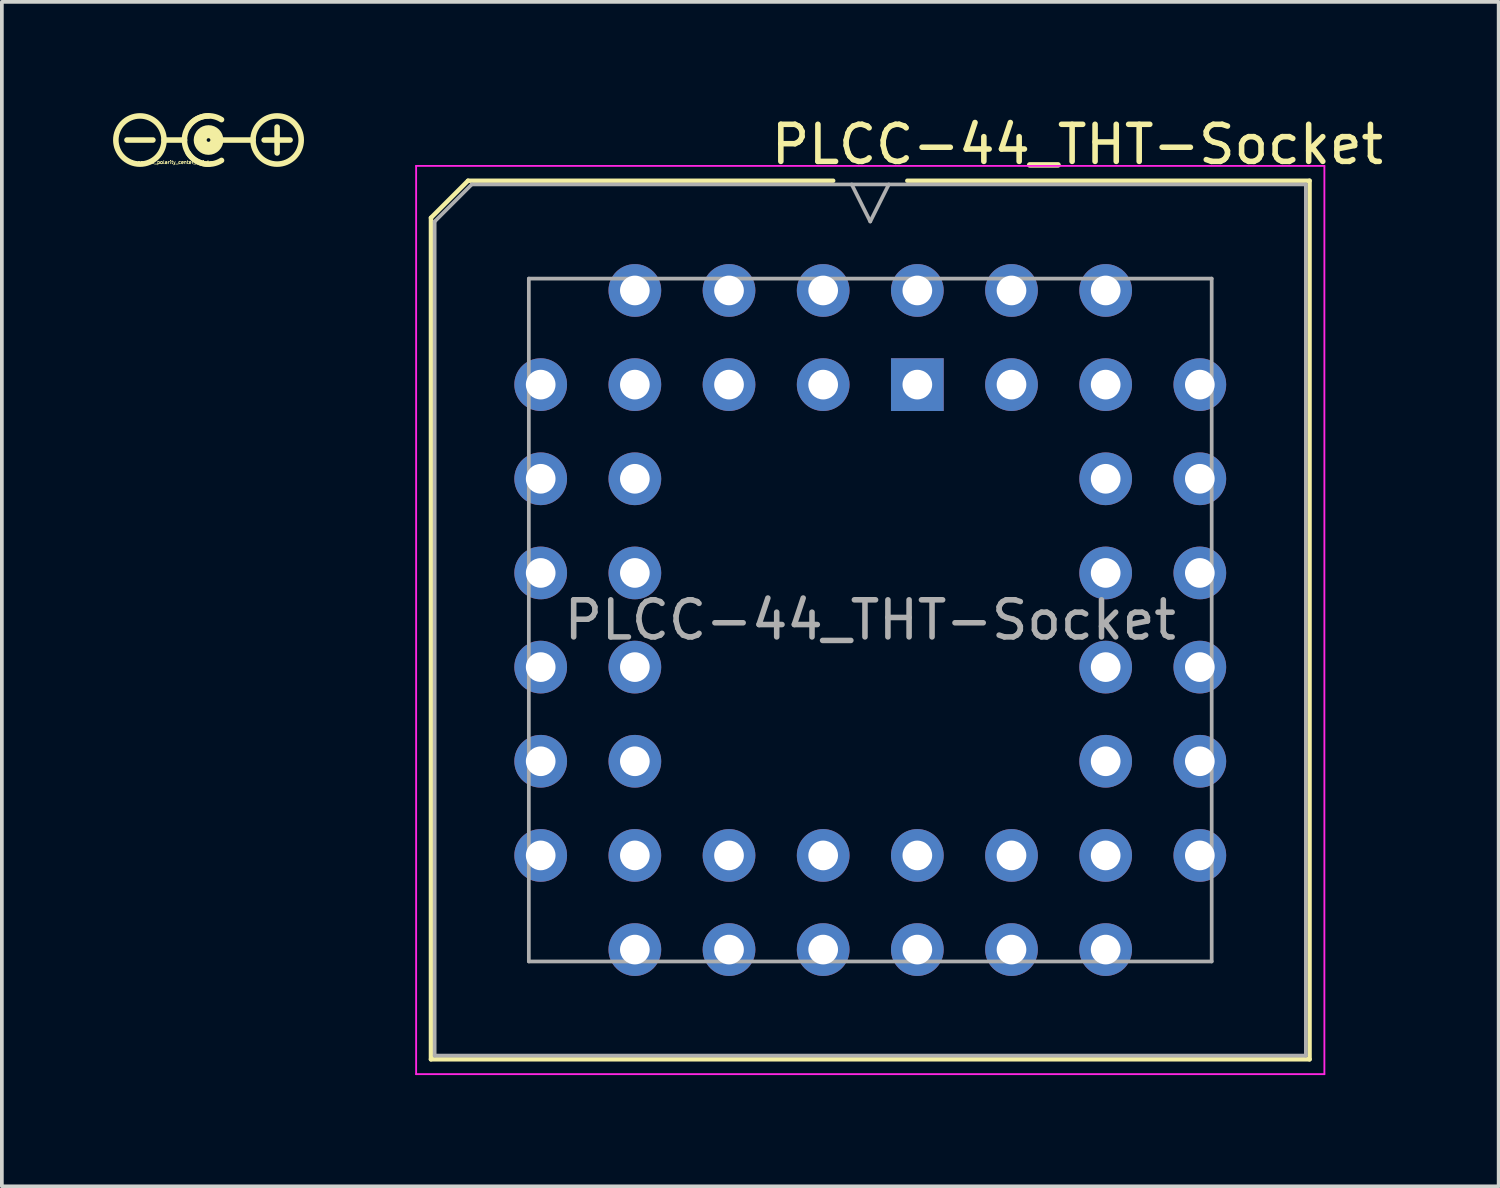
<source format=kicad_pcb>
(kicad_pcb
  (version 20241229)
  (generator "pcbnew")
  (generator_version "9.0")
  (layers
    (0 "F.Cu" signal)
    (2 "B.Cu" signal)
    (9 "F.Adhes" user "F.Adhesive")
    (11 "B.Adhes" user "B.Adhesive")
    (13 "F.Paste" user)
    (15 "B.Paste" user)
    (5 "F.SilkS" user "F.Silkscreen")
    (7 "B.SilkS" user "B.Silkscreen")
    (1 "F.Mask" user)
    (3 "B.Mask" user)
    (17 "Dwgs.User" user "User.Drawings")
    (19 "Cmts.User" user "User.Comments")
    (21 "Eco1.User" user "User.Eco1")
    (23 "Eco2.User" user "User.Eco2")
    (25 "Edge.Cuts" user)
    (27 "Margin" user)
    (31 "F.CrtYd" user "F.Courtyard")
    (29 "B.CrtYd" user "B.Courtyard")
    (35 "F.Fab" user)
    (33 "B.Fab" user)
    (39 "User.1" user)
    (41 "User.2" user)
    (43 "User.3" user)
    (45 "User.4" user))
  (footprint "Logo_silk_polarity_center_5x1.4mm"
    (layer "F.Cu")
    (at 2.575 0.727)
    (property "Reference" "Logo_silk_polarity_center_5x1.4mm" (at -0.9 0.6 180) (layer "F.SilkS") (effects (font (size 0.089 0.089) (thickness 0.018))))
    (attr through_hole)
    (fp_line (start -2.2 0) (end -1.5 0) (stroke (width 0.15) (type solid)) (layer "F.SilkS"))
    (fp_line (start -0.65 0) (end -1.2 0) (stroke (width 0.15) (type solid)) (layer "F.SilkS"))
    (fp_line (start 1.2 0) (end 0.3 0) (stroke (width 0.15) (type solid)) (layer "F.SilkS"))
    (fp_line (start 1.5 0) (end 2.2 0) (stroke (width 0.15) (type solid)) (layer "F.SilkS"))
    (fp_line (start 1.85 0.35) (end 1.85 -0.35) (stroke (width 0.15) (type solid)) (layer "F.SilkS"))
    (fp_arc (start -0.65 0) (mid -0.459619 -0.459619) (end 0 -0.65) (stroke (width 0.15) (type solid)) (layer "F.SilkS"))
    (fp_arc (start -0.55 -0.35) (mid -0.141421 -0.636396) (end 0.35 -0.55) (stroke (width 0.15) (type solid)) (layer "F.SilkS"))
    (fp_arc (start 0 0.65) (mid -0.459619 0.459619) (end -0.65 0) (stroke (width 0.15) (type solid)) (layer "F.SilkS"))
    (fp_arc (start 0.35 0.55) (mid -0.141421 0.636396) (end -0.55 0.35) (stroke (width 0.15) (type solid)) (layer "F.SilkS"))
    (fp_circle (center -1.85 0) (end -1.2 0) (stroke (width 0.15) (type solid)) (fill no) (layer "F.SilkS"))
    (fp_circle (center 0 0) (end -0.2 0) (stroke (width 0.3) (type solid)) (fill no) (layer "F.SilkS"))
    (fp_circle (center 0 0) (end -0.1 0) (stroke (width 0.3) (type solid)) (fill no) (layer "F.SilkS"))
    (fp_circle (center 1.85 0) (end 2.5 0) (stroke (width 0.15) (type solid)) (fill no) (layer "F.SilkS")))
  (footprint "PLCC-44_THT-Socket"
    (layer "F.Cu")
    (at 21.695 7.325)
    (property "Reference" "PLCC-44_THT-Socket" (at 4.318 -6.477 0) (layer "F.SilkS") (effects (font (size 1 1) (thickness 0.15))))
    (attr through_hole)
    (fp_line (start -13.12 -4.5) (end -13.12 18.2) (stroke (width 0.12) (type solid)) (layer "F.SilkS"))
    (fp_line (start -13.12 18.2) (end 10.58 18.2) (stroke (width 0.12) (type solid)) (layer "F.SilkS"))
    (fp_line (start -12.12 -5.5) (end -13.12 -4.5) (stroke (width 0.12) (type solid)) (layer "F.SilkS"))
    (fp_line (start -2.27 -5.5) (end -12.12 -5.5) (stroke (width 0.12) (type solid)) (layer "F.SilkS"))
    (fp_line (start 10.58 -5.5) (end -0.27 -5.5) (stroke (width 0.12) (type solid)) (layer "F.SilkS"))
    (fp_line (start 10.58 18.2) (end 10.58 -5.5) (stroke (width 0.12) (type solid)) (layer "F.SilkS"))
    (fp_line (start -13.52 -5.9) (end -13.52 18.6) (stroke (width 0.05) (type solid)) (layer "F.CrtYd"))
    (fp_line (start -13.52 18.6) (end 10.98 18.6) (stroke (width 0.05) (type solid)) (layer "F.CrtYd"))
    (fp_line (start 10.98 -5.9) (end -13.52 -5.9) (stroke (width 0.05) (type solid)) (layer "F.CrtYd"))
    (fp_line (start 10.98 18.6) (end 10.98 -5.9) (stroke (width 0.05) (type solid)) (layer "F.CrtYd"))
    (fp_line (start -13.02 -4.4) (end -13.02 18.1) (stroke (width 0.1) (type solid)) (layer "F.Fab"))
    (fp_line (start -13.02 18.1) (end 10.48 18.1) (stroke (width 0.1) (type solid)) (layer "F.Fab"))
    (fp_line (start -12.02 -5.4) (end -13.02 -4.4) (stroke (width 0.1) (type solid)) (layer "F.Fab"))
    (fp_line (start -10.48 -2.86) (end -10.48 15.56) (stroke (width 0.1) (type solid)) (layer "F.Fab"))
    (fp_line (start -10.48 15.56) (end 7.94 15.56) (stroke (width 0.1) (type solid)) (layer "F.Fab"))
    (fp_line (start -1.77 -5.4) (end -1.27 -4.4) (stroke (width 0.1) (type solid)) (layer "F.Fab"))
    (fp_line (start -1.27 -4.4) (end -0.77 -5.4) (stroke (width 0.1) (type solid)) (layer "F.Fab"))
    (fp_line (start 7.94 -2.86) (end -10.48 -2.86) (stroke (width 0.1) (type solid)) (layer "F.Fab"))
    (fp_line (start 7.94 15.56) (end 7.94 -2.86) (stroke (width 0.1) (type solid)) (layer "F.Fab"))
    (fp_line (start 10.48 -5.4) (end -12.02 -5.4) (stroke (width 0.1) (type solid)) (layer "F.Fab"))
    (fp_line (start 10.48 18.1) (end 10.48 -5.4) (stroke (width 0.1) (type solid)) (layer "F.Fab"))
    (fp_text user "${REFERENCE}" (at -1.27 6.35 0) (layer "F.Fab") (effects (font (size 1 1) (thickness 0.15))))
    (pad "1" thru_hole rect (at 0 0) (size 1.422 1.422) (drill 0.8) (layers "*.Cu" "*.Mask"))
    (pad "2" thru_hole circle (at -2.54 -2.54) (size 1.422 1.422) (drill 0.8) (layers "*.Cu" "*.Mask"))
    (pad "3" thru_hole circle (at -2.54 0) (size 1.422 1.422) (drill 0.8) (layers "*.Cu" "*.Mask"))
    (pad "4" thru_hole circle (at -5.08 -2.54) (size 1.422 1.422) (drill 0.8) (layers "*.Cu" "*.Mask"))
    (pad "5" thru_hole circle (at -5.08 0) (size 1.422 1.422) (drill 0.8) (layers "*.Cu" "*.Mask"))
    (pad "6" thru_hole circle (at -7.62 -2.54) (size 1.422 1.422) (drill 0.8) (layers "*.Cu" "*.Mask"))
    (pad "7" thru_hole circle (at -10.16 0) (size 1.422 1.422) (drill 0.8) (layers "*.Cu" "*.Mask"))
    (pad "8" thru_hole circle (at -7.62 0) (size 1.422 1.422) (drill 0.8) (layers "*.Cu" "*.Mask"))
    (pad "9" thru_hole circle (at -10.16 2.54) (size 1.422 1.422) (drill 0.8) (layers "*.Cu" "*.Mask"))
    (pad "10" thru_hole circle (at -7.62 2.54) (size 1.422 1.422) (drill 0.8) (layers "*.Cu" "*.Mask"))
    (pad "11" thru_hole circle (at -10.16 5.08) (size 1.422 1.422) (drill 0.8) (layers "*.Cu" "*.Mask"))
    (pad "12" thru_hole circle (at -7.62 5.08) (size 1.422 1.422) (drill 0.8) (layers "*.Cu" "*.Mask"))
    (pad "13" thru_hole circle (at -10.16 7.62) (size 1.422 1.422) (drill 0.8) (layers "*.Cu" "*.Mask"))
    (pad "14" thru_hole circle (at -7.62 7.62) (size 1.422 1.422) (drill 0.8) (layers "*.Cu" "*.Mask"))
    (pad "15" thru_hole circle (at -10.16 10.16) (size 1.422 1.422) (drill 0.8) (layers "*.Cu" "*.Mask"))
    (pad "16" thru_hole circle (at -7.62 10.16) (size 1.422 1.422) (drill 0.8) (layers "*.Cu" "*.Mask"))
    (pad "17" thru_hole circle (at -10.16 12.7) (size 1.422 1.422) (drill 0.8) (layers "*.Cu" "*.Mask"))
    (pad "18" thru_hole circle (at -7.62 15.24) (size 1.422 1.422) (drill 0.8) (layers "*.Cu" "*.Mask"))
    (pad "19" thru_hole circle (at -7.62 12.7) (size 1.422 1.422) (drill 0.8) (layers "*.Cu" "*.Mask"))
    (pad "20" thru_hole circle (at -5.08 15.24) (size 1.422 1.422) (drill 0.8) (layers "*.Cu" "*.Mask"))
    (pad "21" thru_hole circle (at -5.08 12.7) (size 1.422 1.422) (drill 0.8) (layers "*.Cu" "*.Mask"))
    (pad "22" thru_hole circle (at -2.54 15.24) (size 1.422 1.422) (drill 0.8) (layers "*.Cu" "*.Mask"))
    (pad "23" thru_hole circle (at -2.54 12.7) (size 1.422 1.422) (drill 0.8) (layers "*.Cu" "*.Mask"))
    (pad "24" thru_hole circle (at 0 15.24) (size 1.422 1.422) (drill 0.8) (layers "*.Cu" "*.Mask"))
    (pad "25" thru_hole circle (at 0 12.7) (size 1.422 1.422) (drill 0.8) (layers "*.Cu" "*.Mask"))
    (pad "26" thru_hole circle (at 2.54 15.24) (size 1.422 1.422) (drill 0.8) (layers "*.Cu" "*.Mask"))
    (pad "27" thru_hole circle (at 2.54 12.7) (size 1.422 1.422) (drill 0.8) (layers "*.Cu" "*.Mask"))
    (pad "28" thru_hole circle (at 5.08 15.24) (size 1.422 1.422) (drill 0.8) (layers "*.Cu" "*.Mask"))
    (pad "29" thru_hole circle (at 7.62 12.7) (size 1.422 1.422) (drill 0.8) (layers "*.Cu" "*.Mask"))
    (pad "30" thru_hole circle (at 5.08 12.7) (size 1.422 1.422) (drill 0.8) (layers "*.Cu" "*.Mask"))
    (pad "31" thru_hole circle (at 7.62 10.16) (size 1.422 1.422) (drill 0.8) (layers "*.Cu" "*.Mask"))
    (pad "32" thru_hole circle (at 5.08 10.16) (size 1.422 1.422) (drill 0.8) (layers "*.Cu" "*.Mask"))
    (pad "33" thru_hole circle (at 7.62 7.62) (size 1.422 1.422) (drill 0.8) (layers "*.Cu" "*.Mask"))
    (pad "34" thru_hole circle (at 5.08 7.62) (size 1.422 1.422) (drill 0.8) (layers "*.Cu" "*.Mask"))
    (pad "35" thru_hole circle (at 7.62 5.08) (size 1.422 1.422) (drill 0.8) (layers "*.Cu" "*.Mask"))
    (pad "36" thru_hole circle (at 5.08 5.08) (size 1.422 1.422) (drill 0.8) (layers "*.Cu" "*.Mask"))
    (pad "37" thru_hole circle (at 7.62 2.54) (size 1.422 1.422) (drill 0.8) (layers "*.Cu" "*.Mask"))
    (pad "38" thru_hole circle (at 5.08 2.54) (size 1.422 1.422) (drill 0.8) (layers "*.Cu" "*.Mask"))
    (pad "39" thru_hole circle (at 7.62 0) (size 1.422 1.422) (drill 0.8) (layers "*.Cu" "*.Mask"))
    (pad "40" thru_hole circle (at 5.08 -2.54) (size 1.422 1.422) (drill 0.8) (layers "*.Cu" "*.Mask"))
    (pad "41" thru_hole circle (at 5.08 0) (size 1.422 1.422) (drill 0.8) (layers "*.Cu" "*.Mask"))
    (pad "42" thru_hole circle (at 2.54 -2.54) (size 1.422 1.422) (drill 0.8) (layers "*.Cu" "*.Mask"))
    (pad "43" thru_hole circle (at 2.54 0) (size 1.422 1.422) (drill 0.8) (layers "*.Cu" "*.Mask"))
    (pad "44" thru_hole circle (at 0 -2.54) (size 1.422 1.422) (drill 0.8) (layers "*.Cu" "*.Mask")))
  (gr_rect
    (start -3 -3)
    (end 37.376 28.95)
    (stroke (width 0.1) (type default))
    (fill no)
    (layer "Edge.Cuts")))
</source>
